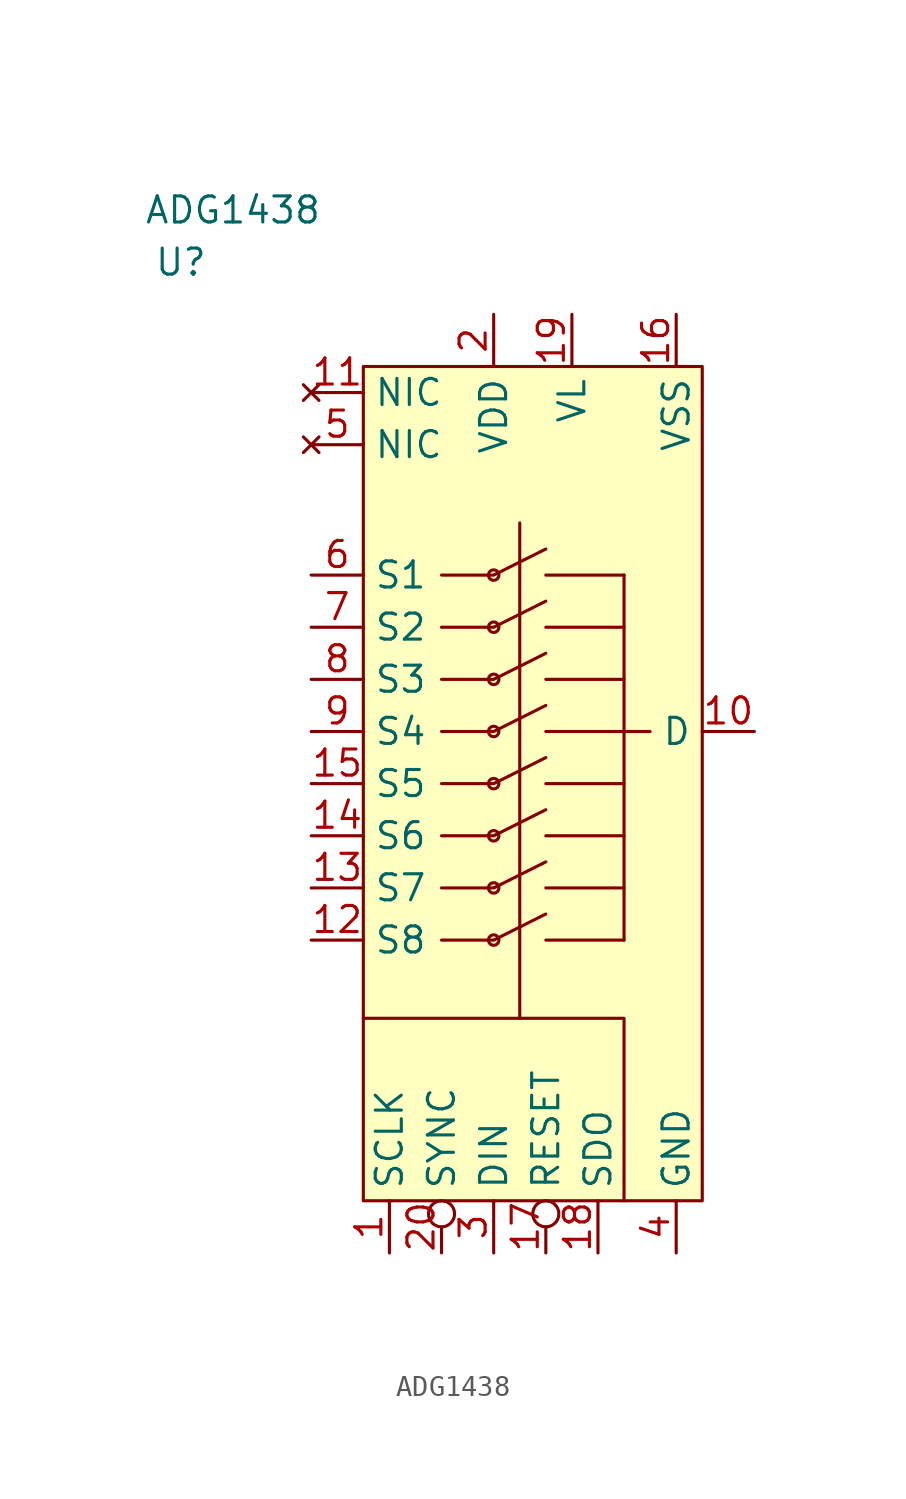
<source format=kicad_sym>
(kicad_symbol_lib
  (version 20211014)
  (generator kicad_symbol_editor)
  (symbol "ADG1438"
    (property "Reference" "U"
      (at -16.51 5.08 0)
      (effects (font (size 1.27 1.27))))
    (property "Value" "ADG1438"
      (at -13.97 7.62 0)
      (effects (font (size 1.27 1.27))))
    (symbol "ADG1438_0_0"
      (pin input line (at -6.35 -43.18 90) (length 2.54) (name "SCLK" (effects (font (size 1.27 1.27)))) (number "1" (effects (font (size 1.27 1.27)))))
      (pin bidirectional line (at 11.43 -17.78 180) (length 2.54) (name "D" (effects (font (size 1.27 1.27)))) (number "10" (effects (font (size 1.27 1.27)))))
      (pin no_connect line (at -10.16 -1.27 0) (length 2.54) (name "NIC" (effects (font (size 1.27 1.27)))) (number "11" (effects (font (size 1.27 1.27)))))
      (pin bidirectional line (at -10.16 -27.94 0) (length 2.54) (name "S8" (effects (font (size 1.27 1.27)))) (number "12" (effects (font (size 1.27 1.27)))))
      (pin bidirectional line (at -10.16 -25.4 0) (length 2.54) (name "S7" (effects (font (size 1.27 1.27)))) (number "13" (effects (font (size 1.27 1.27)))))
      (pin bidirectional line (at -10.16 -22.86 0) (length 2.54) (name "S6" (effects (font (size 1.27 1.27)))) (number "14" (effects (font (size 1.27 1.27)))))
      (pin bidirectional line (at -10.16 -20.32 0) (length 2.54) (name "S5" (effects (font (size 1.27 1.27)))) (number "15" (effects (font (size 1.27 1.27)))))
      (pin power_in line (at 7.62 2.54 270) (length 2.54) (name "VSS" (effects (font (size 1.27 1.27)))) (number "16" (effects (font (size 1.27 1.27)))))
      (pin input inverted (at 1.27 -43.18 90) (length 2.54) (name "RESET" (effects (font (size 1.27 1.27)))) (number "17" (effects (font (size 1.27 1.27)))))
      (pin output line (at 3.81 -43.18 90) (length 2.54) (name "SDO" (effects (font (size 1.27 1.27)))) (number "18" (effects (font (size 1.27 1.27)))))
      (pin power_in line (at 2.54 2.54 270) (length 2.54) (name "VL" (effects (font (size 1.27 1.27)))) (number "19" (effects (font (size 1.27 1.27)))))
      (pin power_in line (at -1.27 2.54 270) (length 2.54) (name "VDD" (effects (font (size 1.27 1.27)))) (number "2" (effects (font (size 1.27 1.27)))))
      (pin input inverted (at -3.81 -43.18 90) (length 2.54) (name "SYNC" (effects (font (size 1.27 1.27)))) (number "20" (effects (font (size 1.27 1.27)))))
      (pin input line (at -1.27 -43.18 90) (length 2.54) (name "DIN" (effects (font (size 1.27 1.27)))) (number "3" (effects (font (size 1.27 1.27)))))
      (pin power_in line (at 7.62 -43.18 90) (length 2.54) (name "GND" (effects (font (size 1.27 1.27)))) (number "4" (effects (font (size 1.27 1.27)))))
      (pin no_connect line (at -10.16 -3.81 0) (length 2.54) (name "NIC" (effects (font (size 1.27 1.27)))) (number "5" (effects (font (size 1.27 1.27)))))
      (pin bidirectional line (at -10.16 -10.16 0) (length 2.54) (name "S1" (effects (font (size 1.27 1.27)))) (number "6" (effects (font (size 1.27 1.27)))))
      (pin bidirectional line (at -10.16 -12.7 0) (length 2.54) (name "S2" (effects (font (size 1.27 1.27)))) (number "7" (effects (font (size 1.27 1.27)))))
      (pin bidirectional line (at -10.16 -15.24 0) (length 2.54) (name "S3" (effects (font (size 1.27 1.27)))) (number "8" (effects (font (size 1.27 1.27)))))
      (pin bidirectional line (at -10.16 -17.78 0) (length 2.54) (name "S4" (effects (font (size 1.27 1.27)))) (number "9" (effects (font (size 1.27 1.27))))))
    (symbol "ADG1438_0_1"
      (rectangle (start -7.62 0) (end 8.89 -40.64) (stroke (width 0) (type default) (color 0 0 0 0)) (fill (type background)))
      (circle (center -1.27 -27.94) (radius 0.254) (stroke (width 0) (type default) (color 0 0 0 0)) (fill (type none)))
      (circle (center -1.27 -25.4) (radius 0.254) (stroke (width 0) (type default) (color 0 0 0 0)) (fill (type none)))
      (circle (center -1.27 -22.86) (radius 0.254) (stroke (width 0) (type default) (color 0 0 0 0)) (fill (type none)))
      (circle (center -1.27 -20.32) (radius 0.254) (stroke (width 0) (type default) (color 0 0 0 0)) (fill (type none)))
      (circle (center -1.27 -17.78) (radius 0.254) (stroke (width 0) (type default) (color 0 0 0 0)) (fill (type none)))
      (circle (center -1.27 -15.24) (radius 0.254) (stroke (width 0) (type default) (color 0 0 0 0)) (fill (type none)))
      (circle (center -1.27 -12.7) (radius 0.254) (stroke (width 0) (type default) (color 0 0 0 0)) (fill (type none)))
      (circle (center -1.27 -10.16) (radius 0.254) (stroke (width 0) (type default) (color 0 0 0 0)) (fill (type none)))
      (polyline (pts (xy 0 -31.75) (xy 0 -7.62)) (stroke (width 0) (type default) (color 0 0 0 0)) (fill (type none)))
      (polyline (pts (xy 5.08 -27.94) (xy 1.27 -27.94)) (stroke (width 0) (type default) (color 0 0 0 0)) (fill (type none)))
      (polyline (pts (xy 5.08 -25.4) (xy 1.27 -25.4)) (stroke (width 0) (type default) (color 0 0 0 0)) (fill (type none)))
      (polyline (pts (xy 5.08 -22.86) (xy 1.27 -22.86)) (stroke (width 0) (type default) (color 0 0 0 0)) (fill (type none)))
      (polyline (pts (xy 5.08 -20.32) (xy 1.27 -20.32)) (stroke (width 0) (type default) (color 0 0 0 0)) (fill (type none)))
      (polyline (pts (xy 5.08 -17.78) (xy 1.27 -17.78)) (stroke (width 0) (type default) (color 0 0 0 0)) (fill (type none)))
      (polyline (pts (xy 5.08 -17.78) (xy 6.35 -17.78)) (stroke (width 0) (type default) (color 0 0 0 0)) (fill (type none)))
      (polyline (pts (xy 5.08 -15.24) (xy 1.27 -15.24)) (stroke (width 0) (type default) (color 0 0 0 0)) (fill (type none)))
      (polyline (pts (xy 5.08 -12.7) (xy 1.27 -12.7)) (stroke (width 0) (type default) (color 0 0 0 0)) (fill (type none)))
      (polyline (pts (xy 5.08 -10.16) (xy 1.27 -10.16)) (stroke (width 0) (type default) (color 0 0 0 0)) (fill (type none)))
      (polyline (pts (xy 5.08 -10.16) (xy 5.08 -27.94)) (stroke (width 0) (type default) (color 0 0 0 0)) (fill (type none)))
      (polyline (pts (xy -3.81 -27.94) (xy -1.27 -27.94) (xy 1.27 -26.67)) (stroke (width 0) (type default) (color 0 0 0 0)) (fill (type none)))
      (polyline (pts (xy -3.81 -25.4) (xy -1.27 -25.4) (xy 1.27 -24.13)) (stroke (width 0) (type default) (color 0 0 0 0)) (fill (type none)))
      (polyline (pts (xy -3.81 -22.86) (xy -1.27 -22.86) (xy 1.27 -21.59)) (stroke (width 0) (type default) (color 0 0 0 0)) (fill (type none)))
      (polyline (pts (xy -3.81 -20.32) (xy -1.27 -20.32) (xy 1.27 -19.05)) (stroke (width 0) (type default) (color 0 0 0 0)) (fill (type none)))
      (polyline (pts (xy -3.81 -17.78) (xy -1.27 -17.78) (xy 1.27 -16.51)) (stroke (width 0) (type default) (color 0 0 0 0)) (fill (type none)))
      (polyline (pts (xy -3.81 -15.24) (xy -1.27 -15.24) (xy 1.27 -13.97)) (stroke (width 0) (type default) (color 0 0 0 0)) (fill (type none)))
      (polyline (pts (xy -3.81 -12.7) (xy -1.27 -12.7) (xy 1.27 -11.43)) (stroke (width 0) (type default) (color 0 0 0 0)) (fill (type none)))
      (polyline (pts (xy -3.81 -10.16) (xy -1.27 -10.16) (xy 1.27 -8.89)) (stroke (width 0) (type default) (color 0 0 0 0)) (fill (type none)))
      (polyline (pts (xy 5.08 -40.64) (xy 5.08 -31.75) (xy -7.62 -31.75)) (stroke (width 0) (type default) (color 0 0 0 0)) (fill (type none))))))
</source>
